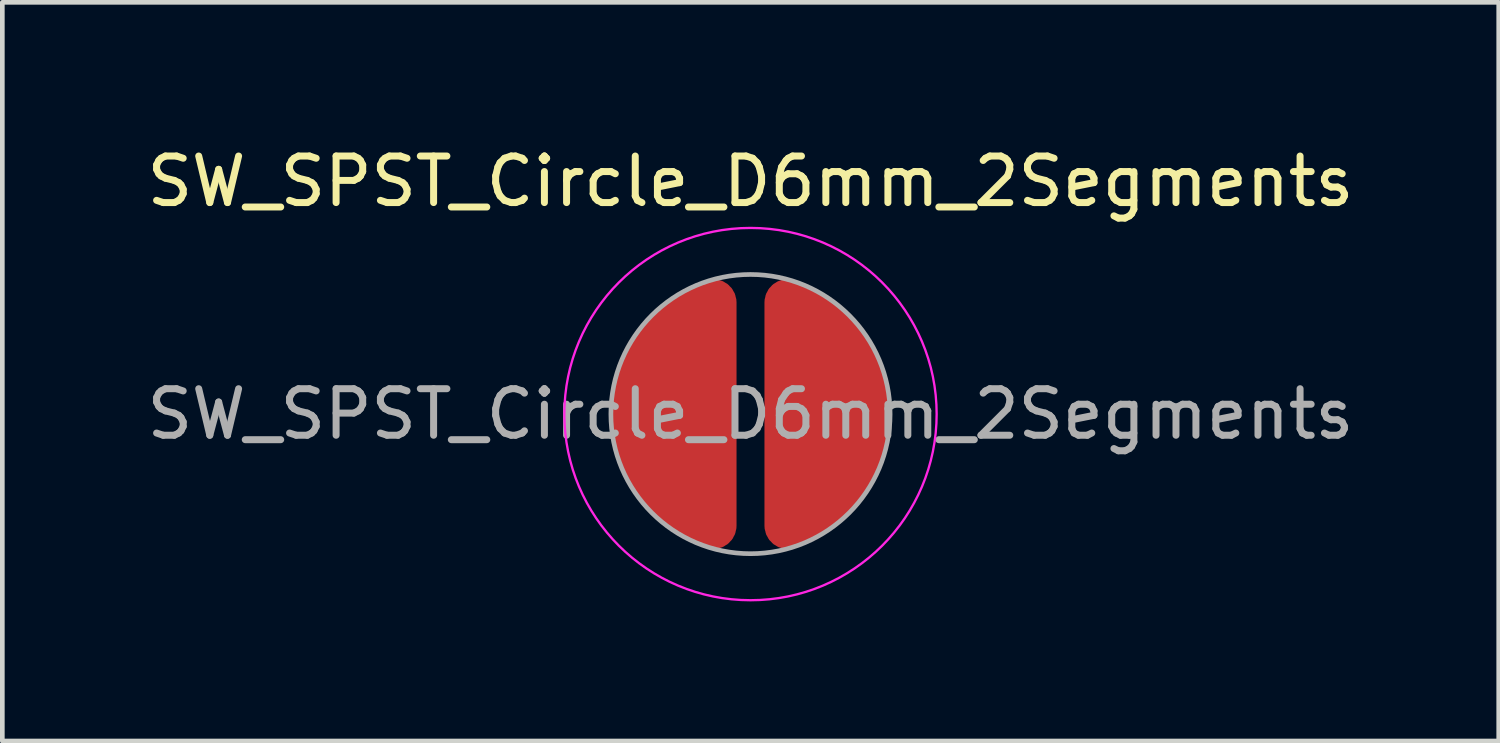
<source format=kicad_pcb>
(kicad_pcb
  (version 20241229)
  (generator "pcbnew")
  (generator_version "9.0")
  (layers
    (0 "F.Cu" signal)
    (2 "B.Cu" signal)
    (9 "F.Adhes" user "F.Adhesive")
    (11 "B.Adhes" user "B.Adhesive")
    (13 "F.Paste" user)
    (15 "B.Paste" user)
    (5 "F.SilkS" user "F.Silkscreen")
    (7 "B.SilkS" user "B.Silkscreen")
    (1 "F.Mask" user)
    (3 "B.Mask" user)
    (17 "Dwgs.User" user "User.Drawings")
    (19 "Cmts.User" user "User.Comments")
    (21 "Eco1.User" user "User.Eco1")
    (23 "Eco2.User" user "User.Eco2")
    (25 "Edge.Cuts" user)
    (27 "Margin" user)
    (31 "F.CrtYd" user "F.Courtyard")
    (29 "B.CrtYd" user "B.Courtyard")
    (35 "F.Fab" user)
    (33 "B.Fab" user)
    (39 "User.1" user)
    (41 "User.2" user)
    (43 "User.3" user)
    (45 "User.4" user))
  (footprint "SW_SPST_Circle_D6mm_2Segments"
    (layer "F.Cu")
    (at 13.077 5.848)
    (property "Reference" "SW_SPST_Circle_D6mm_2Segments" (at 0 -5 0) (layer "F.SilkS") (effects (font (size 1 1) (thickness 0.15))))
    (attr exclude_from_pos_files exclude_from_bom)
    (fp_circle (center 0 0) (end 4 0) (stroke (width 0.05) (type solid)) (fill no) (layer "F.CrtYd"))
    (fp_circle (center 0 0) (end 3 0) (stroke (width 0.1) (type solid)) (fill no) (layer "F.Fab"))
    (fp_text user "${REFERENCE}" (at 0 0 0) (layer "F.Fab") (effects (font (size 1 1) (thickness 0.15))))
    (pad "1" smd custom (at -1.3 0) (size 1 1) (layers "F.Cu" "F.Mask") (options (anchor rect)) (primitives (gr_line (start 0.5 -2.4) (end 0.5 2.4) (width 1)) (gr_arc (start 0.5 2.4) (mid -1.229822 0.000665) (end 0.498739 -2.399579) (width 1)) (gr_arc (start 0.5 1.6) (mid -0.488854 0.001091) (end 0.498049 -1.599023) (width 1))))
    (pad "2" smd custom (at 1.3 0 180) (size 1 1) (layers "F.Cu" "F.Mask") (options (anchor rect)) (primitives (gr_line (start 0.5 -2.4) (end 0.5 2.4) (width 1)) (gr_arc (start 0.5 2.4) (mid -1.229822 0.000665) (end 0.498739 -2.399579) (width 1)) (gr_arc (start 0.5 1.6) (mid -0.488854 0.001091) (end 0.498049 -1.599023) (width 1)))))
  (gr_rect
    (start -3 -3)
    (end 29.155 12.873)
    (stroke (width 0.1) (type default))
    (fill no)
    (layer "Edge.Cuts")))
</source>
